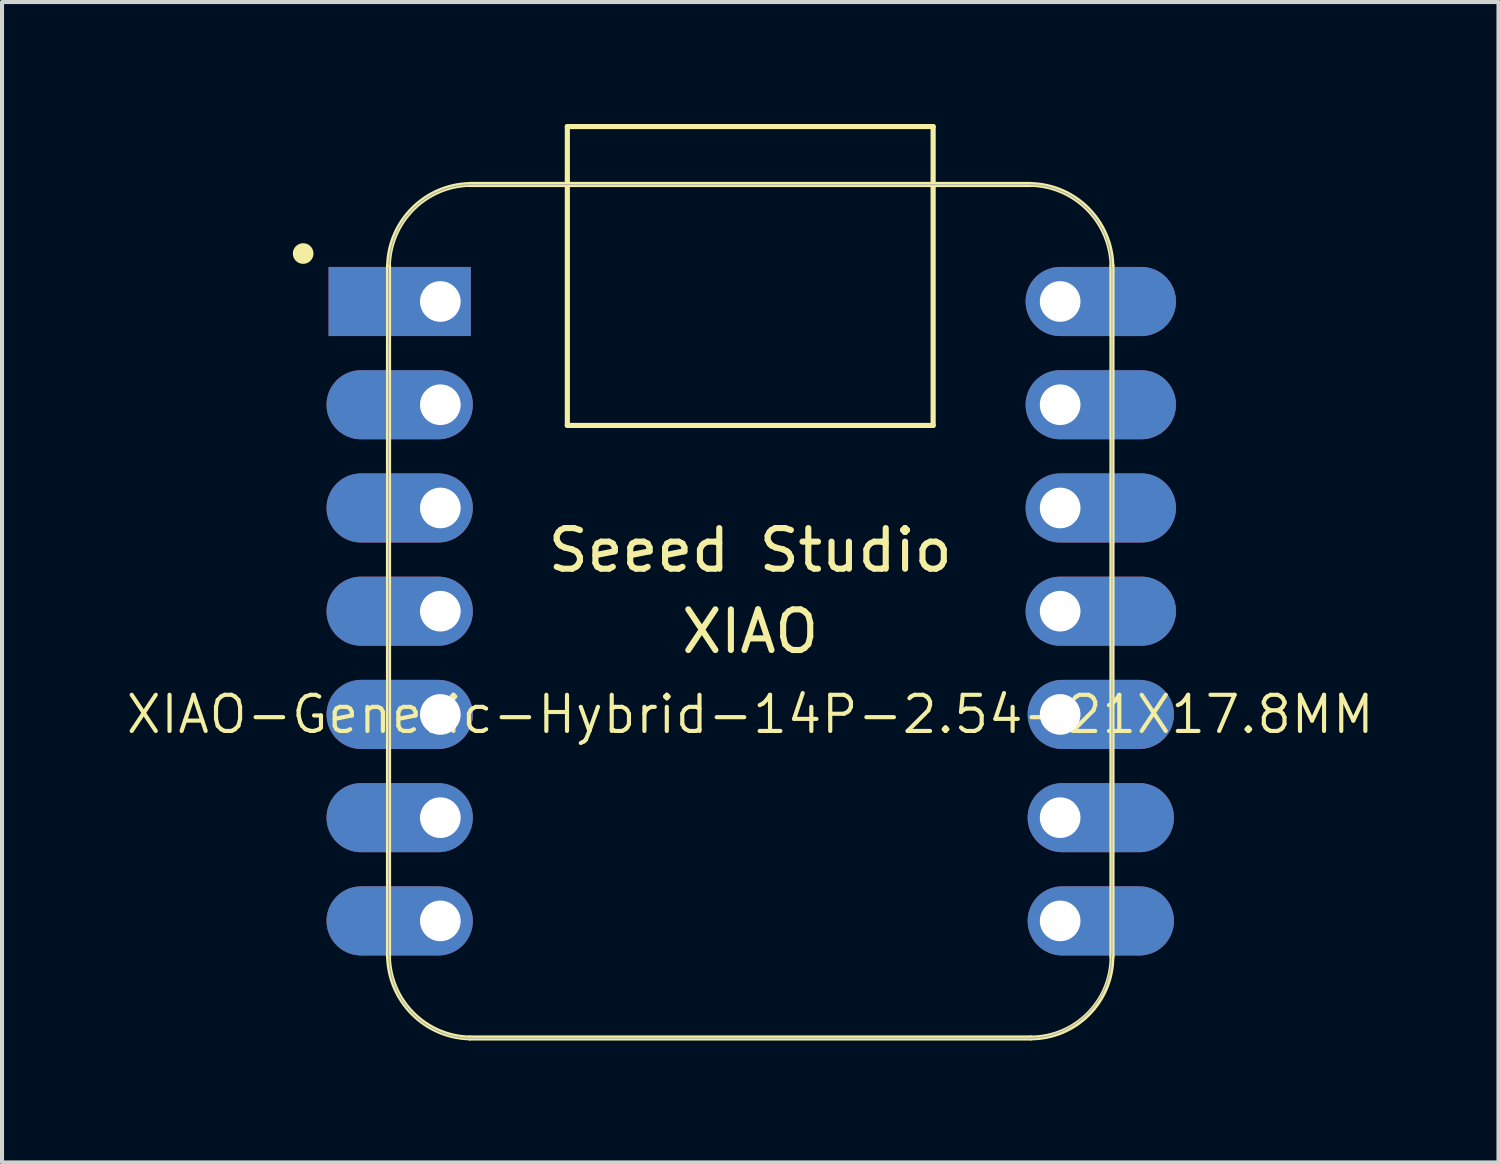
<source format=kicad_pcb>
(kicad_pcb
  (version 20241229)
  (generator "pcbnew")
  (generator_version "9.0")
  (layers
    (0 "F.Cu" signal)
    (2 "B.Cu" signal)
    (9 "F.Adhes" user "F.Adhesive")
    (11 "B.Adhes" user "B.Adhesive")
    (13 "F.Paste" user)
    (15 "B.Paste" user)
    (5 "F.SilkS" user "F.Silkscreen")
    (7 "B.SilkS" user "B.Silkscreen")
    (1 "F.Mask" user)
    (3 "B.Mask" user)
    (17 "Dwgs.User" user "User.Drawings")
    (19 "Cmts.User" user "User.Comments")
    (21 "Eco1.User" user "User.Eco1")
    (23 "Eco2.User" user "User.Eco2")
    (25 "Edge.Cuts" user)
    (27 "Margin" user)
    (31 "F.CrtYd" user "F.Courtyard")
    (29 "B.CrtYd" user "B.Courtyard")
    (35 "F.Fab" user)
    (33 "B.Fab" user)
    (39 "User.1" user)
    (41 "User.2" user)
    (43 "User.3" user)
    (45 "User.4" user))
  (footprint "XIAO-Generic-Hybrid-14P-2.54-21X17.8MM"
    (layer "F.Cu")
    (at 15.409 11.988)
    (property "Reference" "XIAO-Generic-Hybrid-14P-2.54-21X17.8MM" (at 0 2.54 0) (layer "F.SilkS") (effects (font (size 0.889 0.889) (thickness 0.102))))
    (attr smd)
    (fp_line (start -8.9 -8.5) (end -8.9 8.5) (stroke (width 0.127) (type solid)) (layer "F.SilkS"))
    (fp_line (start -6.9 10.5) (end 6.9 10.5) (stroke (width 0.127) (type solid)) (layer "F.SilkS"))
    (fp_line (start -4.5 -11.924) (end 4.5 -11.924) (stroke (width 0.127) (type solid)) (layer "F.SilkS"))
    (fp_line (start -4.5 -4.571) (end -4.5 -11.924) (stroke (width 0.127) (type solid)) (layer "F.SilkS"))
    (fp_line (start 4.5 -11.924) (end 4.5 -4.571) (stroke (width 0.127) (type solid)) (layer "F.SilkS"))
    (fp_line (start 4.5 -4.571) (end -4.5 -4.571) (stroke (width 0.127) (type solid)) (layer "F.SilkS"))
    (fp_line (start 6.9 -10.499) (end -6.9 -10.499) (stroke (width 0.127) (type solid)) (layer "F.SilkS"))
    (fp_line (start 8.9 8.5) (end 8.9 -8.5) (stroke (width 0.127) (type solid)) (layer "F.SilkS"))
    (fp_arc (start -8.9 -8.5) (mid -8.301491 -9.901491) (end -6.9 -10.5) (stroke (width 0.12) (type solid)) (layer "F.SilkS"))
    (fp_arc (start -6.9 10.5) (mid -8.301423 9.901423) (end -8.9 8.5) (stroke (width 0.12) (type solid)) (layer "F.SilkS"))
    (fp_arc (start 6.9 -10.5) (mid 8.301491 -9.901491) (end 8.9 -8.5) (stroke (width 0.12) (type solid)) (layer "F.SilkS"))
    (fp_arc (start 8.9 8.5) (mid 8.314214 9.914214) (end 6.9 10.5) (stroke (width 0.12) (type solid)) (layer "F.SilkS"))
    (fp_circle (center -11 -8.8) (end -11 -9.054) (stroke (width 0) (type solid)) (fill yes) (layer "F.SilkS"))
    (fp_poly (pts (xy -8.888 -8.562) (xy -8.885 -8.61) (xy -8.881 -8.659)) (stroke (width 0.025) (type solid)) (fill no) (layer "F.SilkS"))
    (fp_poly (pts (xy 8.889 8.522) (xy 8.888 8.571) (xy 8.885 8.62) (xy 8.881 8.669) (xy 8.875 8.717) (xy 8.869 8.766) (xy 8.861 8.815) (xy 8.852 8.863) (xy 8.842 8.911)) (stroke (width 0.025) (type solid)) (fill no) (layer "F.SilkS"))
    (fp_line (start -8.9 -8.463) (end -8.9 8.473) (stroke (width 0.025) (type solid)) (layer "F.Fab"))
    (fp_line (start -8.89 8.473) (end -8.889 8.522) (stroke (width 0.025) (type solid)) (layer "F.Fab"))
    (fp_line (start -8.889 8.522) (end -8.888 8.571) (stroke (width 0.025) (type solid)) (layer "F.Fab"))
    (fp_line (start -8.888 -8.562) (end -8.889 -8.512) (stroke (width 0.025) (type solid)) (layer "F.Fab"))
    (fp_line (start -8.888 8.571) (end -8.885 8.62) (stroke (width 0.025) (type solid)) (layer "F.Fab"))
    (fp_line (start -8.885 -8.61) (end -8.888 -8.562) (stroke (width 0.025) (type solid)) (layer "F.Fab"))
    (fp_line (start -8.885 8.62) (end -8.881 8.669) (stroke (width 0.025) (type solid)) (layer "F.Fab"))
    (fp_line (start -8.881 -8.659) (end -8.885 -8.61) (stroke (width 0.025) (type solid)) (layer "F.Fab"))
    (fp_line (start -8.881 8.669) (end -8.875 8.717) (stroke (width 0.025) (type solid)) (layer "F.Fab"))
    (fp_line (start -8.875 -8.708) (end -8.881 -8.659) (stroke (width 0.025) (type solid)) (layer "F.Fab"))
    (fp_line (start -8.875 8.717) (end -8.869 8.766) (stroke (width 0.025) (type solid)) (layer "F.Fab"))
    (fp_line (start -8.869 -8.757) (end -8.875 -8.708) (stroke (width 0.025) (type solid)) (layer "F.Fab"))
    (fp_line (start -8.869 8.766) (end -8.861 8.815) (stroke (width 0.025) (type solid)) (layer "F.Fab"))
    (fp_line (start -8.861 -8.806) (end -8.869 -8.757) (stroke (width 0.025) (type solid)) (layer "F.Fab"))
    (fp_line (start -8.861 8.815) (end -8.852 8.863) (stroke (width 0.025) (type solid)) (layer "F.Fab"))
    (fp_line (start -8.852 -8.854) (end -8.861 -8.806) (stroke (width 0.025) (type solid)) (layer "F.Fab"))
    (fp_line (start -8.852 8.863) (end -8.842 8.911) (stroke (width 0.025) (type solid)) (layer "F.Fab"))
    (fp_line (start -8.842 -8.902) (end -8.852 -8.854) (stroke (width 0.025) (type solid)) (layer "F.Fab"))
    (fp_line (start -8.842 8.911) (end -8.831 8.959) (stroke (width 0.025) (type solid)) (layer "F.Fab"))
    (fp_line (start -8.831 -8.95) (end -8.842 -8.902) (stroke (width 0.025) (type solid)) (layer "F.Fab"))
    (fp_line (start -8.831 8.959) (end -8.819 9.006) (stroke (width 0.025) (type solid)) (layer "F.Fab"))
    (fp_line (start -8.819 -8.997) (end -8.831 -8.95) (stroke (width 0.025) (type solid)) (layer "F.Fab"))
    (fp_line (start -8.819 9.006) (end -8.805 9.054) (stroke (width 0.025) (type solid)) (layer "F.Fab"))
    (fp_line (start -8.805 -9.045) (end -8.819 -8.997) (stroke (width 0.025) (type solid)) (layer "F.Fab"))
    (fp_line (start -8.805 9.054) (end -8.79 9.1) (stroke (width 0.025) (type solid)) (layer "F.Fab"))
    (fp_line (start -8.79 -9.091) (end -8.805 -9.045) (stroke (width 0.025) (type solid)) (layer "F.Fab"))
    (fp_line (start -8.79 9.1) (end -8.775 9.147) (stroke (width 0.025) (type solid)) (layer "F.Fab"))
    (fp_line (start -8.775 -9.138) (end -8.79 -9.091) (stroke (width 0.025) (type solid)) (layer "F.Fab"))
    (fp_line (start -8.775 9.147) (end -8.758 9.193) (stroke (width 0.025) (type solid)) (layer "F.Fab"))
    (fp_line (start -8.758 -9.184) (end -8.775 -9.138) (stroke (width 0.025) (type solid)) (layer "F.Fab"))
    (fp_line (start -8.758 9.193) (end -8.74 9.239) (stroke (width 0.025) (type solid)) (layer "F.Fab"))
    (fp_line (start -8.74 -9.23) (end -8.758 -9.184) (stroke (width 0.025) (type solid)) (layer "F.Fab"))
    (fp_line (start -8.74 9.239) (end -8.721 9.284) (stroke (width 0.025) (type solid)) (layer "F.Fab"))
    (fp_line (start -8.721 -9.275) (end -8.74 -9.23) (stroke (width 0.025) (type solid)) (layer "F.Fab"))
    (fp_line (start -8.721 9.284) (end -8.701 9.329) (stroke (width 0.025) (type solid)) (layer "F.Fab"))
    (fp_line (start -8.701 -9.32) (end -8.721 -9.275) (stroke (width 0.025) (type solid)) (layer "F.Fab"))
    (fp_line (start -8.701 9.329) (end -8.679 9.373) (stroke (width 0.025) (type solid)) (layer "F.Fab"))
    (fp_line (start -8.679 -9.364) (end -8.701 -9.32) (stroke (width 0.025) (type solid)) (layer "F.Fab"))
    (fp_line (start -8.679 9.373) (end -8.657 9.417) (stroke (width 0.025) (type solid)) (layer "F.Fab"))
    (fp_line (start -8.657 -9.408) (end -8.679 -9.364) (stroke (width 0.025) (type solid)) (layer "F.Fab"))
    (fp_line (start -8.657 9.417) (end -8.634 9.46) (stroke (width 0.025) (type solid)) (layer "F.Fab"))
    (fp_line (start -8.634 -9.451) (end -8.657 -9.408) (stroke (width 0.025) (type solid)) (layer "F.Fab"))
    (fp_line (start -8.634 9.46) (end -8.61 9.503) (stroke (width 0.025) (type solid)) (layer "F.Fab"))
    (fp_line (start -8.61 -9.494) (end -8.634 -9.451) (stroke (width 0.025) (type solid)) (layer "F.Fab"))
    (fp_line (start -8.61 9.503) (end -8.584 9.545) (stroke (width 0.025) (type solid)) (layer "F.Fab"))
    (fp_line (start -8.584 -9.536) (end -8.61 -9.494) (stroke (width 0.025) (type solid)) (layer "F.Fab"))
    (fp_line (start -8.584 9.545) (end -8.558 9.586) (stroke (width 0.025) (type solid)) (layer "F.Fab"))
    (fp_line (start -8.558 -9.577) (end -8.584 -9.536) (stroke (width 0.025) (type solid)) (layer "F.Fab"))
    (fp_line (start -8.558 9.586) (end -8.53 9.627) (stroke (width 0.025) (type solid)) (layer "F.Fab"))
    (fp_line (start -8.53 -9.618) (end -8.558 -9.577) (stroke (width 0.025) (type solid)) (layer "F.Fab"))
    (fp_line (start -8.53 9.627) (end -8.502 9.667) (stroke (width 0.025) (type solid)) (layer "F.Fab"))
    (fp_line (start -8.502 -9.658) (end -8.53 -9.618) (stroke (width 0.025) (type solid)) (layer "F.Fab"))
    (fp_line (start -8.502 9.667) (end -8.473 9.706) (stroke (width 0.025) (type solid)) (layer "F.Fab"))
    (fp_line (start -8.473 -9.697) (end -8.502 -9.658) (stroke (width 0.025) (type solid)) (layer "F.Fab"))
    (fp_line (start -8.473 9.706) (end -8.442 9.745) (stroke (width 0.025) (type solid)) (layer "F.Fab"))
    (fp_line (start -8.442 -9.736) (end -8.473 -9.697) (stroke (width 0.025) (type solid)) (layer "F.Fab"))
    (fp_line (start -8.442 9.745) (end -8.411 9.783) (stroke (width 0.025) (type solid)) (layer "F.Fab"))
    (fp_line (start -8.411 -9.774) (end -8.442 -9.736) (stroke (width 0.025) (type solid)) (layer "F.Fab"))
    (fp_line (start -8.411 9.783) (end -8.379 9.82) (stroke (width 0.025) (type solid)) (layer "F.Fab"))
    (fp_line (start -8.379 -9.811) (end -8.411 -9.774) (stroke (width 0.025) (type solid)) (layer "F.Fab"))
    (fp_line (start -8.379 9.82) (end -8.346 9.856) (stroke (width 0.025) (type solid)) (layer "F.Fab"))
    (fp_line (start -8.346 -9.847) (end -8.379 -9.811) (stroke (width 0.025) (type solid)) (layer "F.Fab"))
    (fp_line (start -8.346 9.856) (end -8.312 9.892) (stroke (width 0.025) (type solid)) (layer "F.Fab"))
    (fp_line (start -8.312 -9.883) (end -8.346 -9.847) (stroke (width 0.025) (type solid)) (layer "F.Fab"))
    (fp_line (start -8.312 9.892) (end -8.277 9.927) (stroke (width 0.025) (type solid)) (layer "F.Fab"))
    (fp_line (start -8.277 -9.918) (end -8.312 -9.883) (stroke (width 0.025) (type solid)) (layer "F.Fab"))
    (fp_line (start -8.277 9.927) (end -8.242 9.96) (stroke (width 0.025) (type solid)) (layer "F.Fab"))
    (fp_line (start -8.242 -9.951) (end -8.277 -9.918) (stroke (width 0.025) (type solid)) (layer "F.Fab"))
    (fp_line (start -8.242 9.96) (end -8.205 9.994) (stroke (width 0.025) (type solid)) (layer "F.Fab"))
    (fp_line (start -8.205 -9.984) (end -8.242 -9.951) (stroke (width 0.025) (type solid)) (layer "F.Fab"))
    (fp_line (start -8.205 9.994) (end -8.168 10.026) (stroke (width 0.025) (type solid)) (layer "F.Fab"))
    (fp_line (start -8.168 -10.017) (end -8.205 -9.984) (stroke (width 0.025) (type solid)) (layer "F.Fab"))
    (fp_line (start -8.168 10.026) (end -8.13 10.057) (stroke (width 0.025) (type solid)) (layer "F.Fab"))
    (fp_line (start -8.13 -10.048) (end -8.168 -10.017) (stroke (width 0.025) (type solid)) (layer "F.Fab"))
    (fp_line (start -8.13 10.057) (end -8.092 10.087) (stroke (width 0.025) (type solid)) (layer "F.Fab"))
    (fp_line (start -8.092 -10.078) (end -8.13 -10.048) (stroke (width 0.025) (type solid)) (layer "F.Fab"))
    (fp_line (start -8.092 10.087) (end -8.052 10.116) (stroke (width 0.025) (type solid)) (layer "F.Fab"))
    (fp_line (start -8.052 -10.107) (end -8.092 -10.078) (stroke (width 0.025) (type solid)) (layer "F.Fab"))
    (fp_line (start -8.052 10.116) (end -8.012 10.145) (stroke (width 0.025) (type solid)) (layer "F.Fab"))
    (fp_line (start -8.012 -10.136) (end -8.052 -10.107) (stroke (width 0.025) (type solid)) (layer "F.Fab"))
    (fp_line (start -8.012 10.145) (end -7.972 10.172) (stroke (width 0.025) (type solid)) (layer "F.Fab"))
    (fp_line (start -7.972 -10.163) (end -8.012 -10.136) (stroke (width 0.025) (type solid)) (layer "F.Fab"))
    (fp_line (start -7.972 10.172) (end -7.93 10.199) (stroke (width 0.025) (type solid)) (layer "F.Fab"))
    (fp_line (start -7.93 -10.19) (end -7.972 -10.163) (stroke (width 0.025) (type solid)) (layer "F.Fab"))
    (fp_line (start -7.93 10.199) (end -7.888 10.224) (stroke (width 0.025) (type solid)) (layer "F.Fab"))
    (fp_line (start -7.888 -10.215) (end -7.93 -10.19) (stroke (width 0.025) (type solid)) (layer "F.Fab"))
    (fp_line (start -7.888 10.224) (end -7.846 10.249) (stroke (width 0.025) (type solid)) (layer "F.Fab"))
    (fp_line (start -7.846 -10.239) (end -7.888 -10.215) (stroke (width 0.025) (type solid)) (layer "F.Fab"))
    (fp_line (start -7.846 10.249) (end -7.802 10.272) (stroke (width 0.025) (type solid)) (layer "F.Fab"))
    (fp_line (start -7.802 -10.263) (end -7.846 -10.239) (stroke (width 0.025) (type solid)) (layer "F.Fab"))
    (fp_line (start -7.802 10.272) (end -7.759 10.294) (stroke (width 0.025) (type solid)) (layer "F.Fab"))
    (fp_line (start -7.759 -10.285) (end -7.802 -10.263) (stroke (width 0.025) (type solid)) (layer "F.Fab"))
    (fp_line (start -7.759 10.294) (end -7.714 10.315) (stroke (width 0.025) (type solid)) (layer "F.Fab"))
    (fp_line (start -7.714 -10.306) (end -7.759 -10.285) (stroke (width 0.025) (type solid)) (layer "F.Fab"))
    (fp_line (start -7.714 10.315) (end -7.67 10.335) (stroke (width 0.025) (type solid)) (layer "F.Fab"))
    (fp_line (start -7.67 -10.326) (end -7.714 -10.306) (stroke (width 0.025) (type solid)) (layer "F.Fab"))
    (fp_line (start -7.67 10.335) (end -7.624 10.354) (stroke (width 0.025) (type solid)) (layer "F.Fab"))
    (fp_line (start -7.624 -10.345) (end -7.67 -10.326) (stroke (width 0.025) (type solid)) (layer "F.Fab"))
    (fp_line (start -7.624 10.354) (end -7.579 10.372) (stroke (width 0.025) (type solid)) (layer "F.Fab"))
    (fp_line (start -7.579 -10.363) (end -7.624 -10.345) (stroke (width 0.025) (type solid)) (layer "F.Fab"))
    (fp_line (start -7.579 10.372) (end -7.532 10.389) (stroke (width 0.025) (type solid)) (layer "F.Fab"))
    (fp_line (start -7.532 -10.38) (end -7.579 -10.363) (stroke (width 0.025) (type solid)) (layer "F.Fab"))
    (fp_line (start -7.532 10.389) (end -7.486 10.405) (stroke (width 0.025) (type solid)) (layer "F.Fab"))
    (fp_line (start -7.486 -10.396) (end -7.532 -10.38) (stroke (width 0.025) (type solid)) (layer "F.Fab"))
    (fp_line (start -7.486 10.405) (end -7.439 10.42) (stroke (width 0.025) (type solid)) (layer "F.Fab"))
    (fp_line (start -7.439 -10.411) (end -7.486 -10.396) (stroke (width 0.025) (type solid)) (layer "F.Fab"))
    (fp_line (start -7.439 10.42) (end -7.392 10.433) (stroke (width 0.025) (type solid)) (layer "F.Fab"))
    (fp_line (start -7.392 -10.424) (end -7.439 -10.411) (stroke (width 0.025) (type solid)) (layer "F.Fab"))
    (fp_line (start -7.392 10.433) (end -7.344 10.446) (stroke (width 0.025) (type solid)) (layer "F.Fab"))
    (fp_line (start -7.344 -10.436) (end -7.392 -10.424) (stroke (width 0.025) (type solid)) (layer "F.Fab"))
    (fp_line (start -7.344 10.446) (end -7.296 10.457) (stroke (width 0.025) (type solid)) (layer "F.Fab"))
    (fp_line (start -7.296 -10.448) (end -7.344 -10.436) (stroke (width 0.025) (type solid)) (layer "F.Fab"))
    (fp_line (start -7.296 10.457) (end -7.248 10.467) (stroke (width 0.025) (type solid)) (layer "F.Fab"))
    (fp_line (start -7.248 -10.458) (end -7.296 -10.448) (stroke (width 0.025) (type solid)) (layer "F.Fab"))
    (fp_line (start -7.248 10.467) (end -7.2 10.476) (stroke (width 0.025) (type solid)) (layer "F.Fab"))
    (fp_line (start -7.2 -10.466) (end -7.248 -10.458) (stroke (width 0.025) (type solid)) (layer "F.Fab"))
    (fp_line (start -7.2 10.476) (end -7.152 10.483) (stroke (width 0.025) (type solid)) (layer "F.Fab"))
    (fp_line (start -7.152 -10.474) (end -7.2 -10.466) (stroke (width 0.025) (type solid)) (layer "F.Fab"))
    (fp_line (start -7.152 10.483) (end -7.103 10.49) (stroke (width 0.025) (type solid)) (layer "F.Fab"))
    (fp_line (start -7.103 -10.481) (end -7.152 -10.474) (stroke (width 0.025) (type solid)) (layer "F.Fab"))
    (fp_line (start -7.103 10.49) (end -7.054 10.495) (stroke (width 0.025) (type solid)) (layer "F.Fab"))
    (fp_line (start -7.054 -10.486) (end -7.103 -10.481) (stroke (width 0.025) (type solid)) (layer "F.Fab"))
    (fp_line (start -7.054 10.495) (end -7.005 10.499) (stroke (width 0.025) (type solid)) (layer "F.Fab"))
    (fp_line (start -7.005 -10.49) (end -7.054 -10.486) (stroke (width 0.025) (type solid)) (layer "F.Fab"))
    (fp_line (start -7.005 10.499) (end -6.956 10.502) (stroke (width 0.025) (type solid)) (layer "F.Fab"))
    (fp_line (start -6.956 -10.493) (end -7.005 -10.49) (stroke (width 0.025) (type solid)) (layer "F.Fab"))
    (fp_line (start -6.956 10.502) (end -6.907 10.504) (stroke (width 0.025) (type solid)) (layer "F.Fab"))
    (fp_line (start -6.907 -10.495) (end -6.956 -10.493) (stroke (width 0.025) (type solid)) (layer "F.Fab"))
    (fp_line (start -6.907 10.504) (end -6.858 10.505) (stroke (width 0.025) (type solid)) (layer "F.Fab"))
    (fp_line (start -6.858 -10.495) (end -6.907 -10.495) (stroke (width 0.025) (type solid)) (layer "F.Fab"))
    (fp_line (start -6.858 10.505) (end 6.858 10.505) (stroke (width 0.025) (type solid)) (layer "F.Fab"))
    (fp_line (start 6.858 -10.495) (end -6.858 -10.495) (stroke (width 0.025) (type solid)) (layer "F.Fab"))
    (fp_line (start 6.858 10.505) (end 6.907 10.504) (stroke (width 0.025) (type solid)) (layer "F.Fab"))
    (fp_line (start 6.907 -10.495) (end 6.858 -10.495) (stroke (width 0.025) (type solid)) (layer "F.Fab"))
    (fp_line (start 6.907 10.504) (end 6.956 10.502) (stroke (width 0.025) (type solid)) (layer "F.Fab"))
    (fp_line (start 6.956 -10.493) (end 6.907 -10.495) (stroke (width 0.025) (type solid)) (layer "F.Fab"))
    (fp_line (start 6.956 10.502) (end 7.005 10.499) (stroke (width 0.025) (type solid)) (layer "F.Fab"))
    (fp_line (start 7.005 -10.49) (end 6.956 -10.493) (stroke (width 0.025) (type solid)) (layer "F.Fab"))
    (fp_line (start 7.005 10.499) (end 7.054 10.495) (stroke (width 0.025) (type solid)) (layer "F.Fab"))
    (fp_line (start 7.054 -10.486) (end 7.005 -10.49) (stroke (width 0.025) (type solid)) (layer "F.Fab"))
    (fp_line (start 7.054 10.495) (end 7.103 10.49) (stroke (width 0.025) (type solid)) (layer "F.Fab"))
    (fp_line (start 7.103 -10.481) (end 7.054 -10.486) (stroke (width 0.025) (type solid)) (layer "F.Fab"))
    (fp_line (start 7.103 10.49) (end 7.152 10.483) (stroke (width 0.025) (type solid)) (layer "F.Fab"))
    (fp_line (start 7.152 -10.474) (end 7.103 -10.481) (stroke (width 0.025) (type solid)) (layer "F.Fab"))
    (fp_line (start 7.152 10.483) (end 7.2 10.476) (stroke (width 0.025) (type solid)) (layer "F.Fab"))
    (fp_line (start 7.2 -10.466) (end 7.152 -10.474) (stroke (width 0.025) (type solid)) (layer "F.Fab"))
    (fp_line (start 7.2 10.476) (end 7.248 10.467) (stroke (width 0.025) (type solid)) (layer "F.Fab"))
    (fp_line (start 7.248 -10.458) (end 7.2 -10.466) (stroke (width 0.025) (type solid)) (layer "F.Fab"))
    (fp_line (start 7.248 10.467) (end 7.296 10.457) (stroke (width 0.025) (type solid)) (layer "F.Fab"))
    (fp_line (start 7.296 -10.448) (end 7.248 -10.458) (stroke (width 0.025) (type solid)) (layer "F.Fab"))
    (fp_line (start 7.296 10.457) (end 7.344 10.446) (stroke (width 0.025) (type solid)) (layer "F.Fab"))
    (fp_line (start 7.344 -10.436) (end 7.296 -10.448) (stroke (width 0.025) (type solid)) (layer "F.Fab"))
    (fp_line (start 7.344 10.446) (end 7.392 10.433) (stroke (width 0.025) (type solid)) (layer "F.Fab"))
    (fp_line (start 7.392 -10.424) (end 7.344 -10.436) (stroke (width 0.025) (type solid)) (layer "F.Fab"))
    (fp_line (start 7.392 10.433) (end 7.439 10.42) (stroke (width 0.025) (type solid)) (layer "F.Fab"))
    (fp_line (start 7.439 -10.411) (end 7.392 -10.424) (stroke (width 0.025) (type solid)) (layer "F.Fab"))
    (fp_line (start 7.439 10.42) (end 7.486 10.405) (stroke (width 0.025) (type solid)) (layer "F.Fab"))
    (fp_line (start 7.486 -10.396) (end 7.439 -10.411) (stroke (width 0.025) (type solid)) (layer "F.Fab"))
    (fp_line (start 7.486 10.405) (end 7.532 10.389) (stroke (width 0.025) (type solid)) (layer "F.Fab"))
    (fp_line (start 7.532 -10.38) (end 7.486 -10.396) (stroke (width 0.025) (type solid)) (layer "F.Fab"))
    (fp_line (start 7.532 10.389) (end 7.579 10.372) (stroke (width 0.025) (type solid)) (layer "F.Fab"))
    (fp_line (start 7.579 -10.363) (end 7.532 -10.38) (stroke (width 0.025) (type solid)) (layer "F.Fab"))
    (fp_line (start 7.579 10.372) (end 7.624 10.354) (stroke (width 0.025) (type solid)) (layer "F.Fab"))
    (fp_line (start 7.624 -10.345) (end 7.579 -10.363) (stroke (width 0.025) (type solid)) (layer "F.Fab"))
    (fp_line (start 7.624 10.354) (end 7.67 10.335) (stroke (width 0.025) (type solid)) (layer "F.Fab"))
    (fp_line (start 7.67 -10.326) (end 7.624 -10.345) (stroke (width 0.025) (type solid)) (layer "F.Fab"))
    (fp_line (start 7.67 10.335) (end 7.714 10.315) (stroke (width 0.025) (type solid)) (layer "F.Fab"))
    (fp_line (start 7.714 -10.306) (end 7.67 -10.326) (stroke (width 0.025) (type solid)) (layer "F.Fab"))
    (fp_line (start 7.714 10.315) (end 7.759 10.294) (stroke (width 0.025) (type solid)) (layer "F.Fab"))
    (fp_line (start 7.759 -10.285) (end 7.714 -10.306) (stroke (width 0.025) (type solid)) (layer "F.Fab"))
    (fp_line (start 7.759 10.294) (end 7.802 10.272) (stroke (width 0.025) (type solid)) (layer "F.Fab"))
    (fp_line (start 7.802 -10.263) (end 7.759 -10.285) (stroke (width 0.025) (type solid)) (layer "F.Fab"))
    (fp_line (start 7.802 10.272) (end 7.846 10.249) (stroke (width 0.025) (type solid)) (layer "F.Fab"))
    (fp_line (start 7.846 -10.239) (end 7.802 -10.263) (stroke (width 0.025) (type solid)) (layer "F.Fab"))
    (fp_line (start 7.846 10.249) (end 7.888 10.224) (stroke (width 0.025) (type solid)) (layer "F.Fab"))
    (fp_line (start 7.888 -10.215) (end 7.846 -10.239) (stroke (width 0.025) (type solid)) (layer "F.Fab"))
    (fp_line (start 7.888 10.224) (end 7.93 10.199) (stroke (width 0.025) (type solid)) (layer "F.Fab"))
    (fp_line (start 7.93 -10.19) (end 7.888 -10.215) (stroke (width 0.025) (type solid)) (layer "F.Fab"))
    (fp_line (start 7.93 10.199) (end 7.972 10.172) (stroke (width 0.025) (type solid)) (layer "F.Fab"))
    (fp_line (start 7.972 -10.163) (end 7.93 -10.19) (stroke (width 0.025) (type solid)) (layer "F.Fab"))
    (fp_line (start 7.972 10.172) (end 8.012 10.145) (stroke (width 0.025) (type solid)) (layer "F.Fab"))
    (fp_line (start 8.012 -10.136) (end 7.972 -10.163) (stroke (width 0.025) (type solid)) (layer "F.Fab"))
    (fp_line (start 8.012 10.145) (end 8.052 10.116) (stroke (width 0.025) (type solid)) (layer "F.Fab"))
    (fp_line (start 8.052 -10.107) (end 8.012 -10.136) (stroke (width 0.025) (type solid)) (layer "F.Fab"))
    (fp_line (start 8.052 10.116) (end 8.092 10.087) (stroke (width 0.025) (type solid)) (layer "F.Fab"))
    (fp_line (start 8.092 -10.078) (end 8.052 -10.107) (stroke (width 0.025) (type solid)) (layer "F.Fab"))
    (fp_line (start 8.092 10.087) (end 8.13 10.057) (stroke (width 0.025) (type solid)) (layer "F.Fab"))
    (fp_line (start 8.13 -10.048) (end 8.092 -10.078) (stroke (width 0.025) (type solid)) (layer "F.Fab"))
    (fp_line (start 8.13 10.057) (end 8.168 10.026) (stroke (width 0.025) (type solid)) (layer "F.Fab"))
    (fp_line (start 8.168 -10.017) (end 8.13 -10.048) (stroke (width 0.025) (type solid)) (layer "F.Fab"))
    (fp_line (start 8.168 10.026) (end 8.205 9.994) (stroke (width 0.025) (type solid)) (layer "F.Fab"))
    (fp_line (start 8.205 -9.984) (end 8.168 -10.017) (stroke (width 0.025) (type solid)) (layer "F.Fab"))
    (fp_line (start 8.205 9.994) (end 8.242 9.96) (stroke (width 0.025) (type solid)) (layer "F.Fab"))
    (fp_line (start 8.242 -9.951) (end 8.205 -9.984) (stroke (width 0.025) (type solid)) (layer "F.Fab"))
    (fp_line (start 8.242 9.96) (end 8.277 9.927) (stroke (width 0.025) (type solid)) (layer "F.Fab"))
    (fp_line (start 8.277 -9.918) (end 8.242 -9.951) (stroke (width 0.025) (type solid)) (layer "F.Fab"))
    (fp_line (start 8.277 9.927) (end 8.312 9.892) (stroke (width 0.025) (type solid)) (layer "F.Fab"))
    (fp_line (start 8.312 -9.883) (end 8.277 -9.918) (stroke (width 0.025) (type solid)) (layer "F.Fab"))
    (fp_line (start 8.312 9.892) (end 8.346 9.856) (stroke (width 0.025) (type solid)) (layer "F.Fab"))
    (fp_line (start 8.346 -9.847) (end 8.312 -9.883) (stroke (width 0.025) (type solid)) (layer "F.Fab"))
    (fp_line (start 8.346 9.856) (end 8.379 9.82) (stroke (width 0.025) (type solid)) (layer "F.Fab"))
    (fp_line (start 8.379 -9.811) (end 8.346 -9.847) (stroke (width 0.025) (type solid)) (layer "F.Fab"))
    (fp_line (start 8.379 9.82) (end 8.411 9.783) (stroke (width 0.025) (type solid)) (layer "F.Fab"))
    (fp_line (start 8.411 -9.774) (end 8.379 -9.811) (stroke (width 0.025) (type solid)) (layer "F.Fab"))
    (fp_line (start 8.411 9.783) (end 8.442 9.745) (stroke (width 0.025) (type solid)) (layer "F.Fab"))
    (fp_line (start 8.442 -9.736) (end 8.411 -9.774) (stroke (width 0.025) (type solid)) (layer "F.Fab"))
    (fp_line (start 8.442 9.745) (end 8.473 9.706) (stroke (width 0.025) (type solid)) (layer "F.Fab"))
    (fp_line (start 8.473 -9.697) (end 8.442 -9.736) (stroke (width 0.025) (type solid)) (layer "F.Fab"))
    (fp_line (start 8.473 9.706) (end 8.502 9.667) (stroke (width 0.025) (type solid)) (layer "F.Fab"))
    (fp_line (start 8.502 -9.658) (end 8.473 -9.697) (stroke (width 0.025) (type solid)) (layer "F.Fab"))
    (fp_line (start 8.502 9.667) (end 8.53 9.627) (stroke (width 0.025) (type solid)) (layer "F.Fab"))
    (fp_line (start 8.53 -9.618) (end 8.502 -9.658) (stroke (width 0.025) (type solid)) (layer "F.Fab"))
    (fp_line (start 8.53 9.627) (end 8.558 9.586) (stroke (width 0.025) (type solid)) (layer "F.Fab"))
    (fp_line (start 8.558 -9.577) (end 8.53 -9.618) (stroke (width 0.025) (type solid)) (layer "F.Fab"))
    (fp_line (start 8.558 9.586) (end 8.584 9.545) (stroke (width 0.025) (type solid)) (layer "F.Fab"))
    (fp_line (start 8.584 -9.536) (end 8.558 -9.577) (stroke (width 0.025) (type solid)) (layer "F.Fab"))
    (fp_line (start 8.584 9.545) (end 8.61 9.503) (stroke (width 0.025) (type solid)) (layer "F.Fab"))
    (fp_line (start 8.61 -9.494) (end 8.584 -9.536) (stroke (width 0.025) (type solid)) (layer "F.Fab"))
    (fp_line (start 8.61 9.503) (end 8.634 9.46) (stroke (width 0.025) (type solid)) (layer "F.Fab"))
    (fp_line (start 8.634 -9.451) (end 8.61 -9.494) (stroke (width 0.025) (type solid)) (layer "F.Fab"))
    (fp_line (start 8.634 9.46) (end 8.657 9.417) (stroke (width 0.025) (type solid)) (layer "F.Fab"))
    (fp_line (start 8.657 -9.408) (end 8.634 -9.451) (stroke (width 0.025) (type solid)) (layer "F.Fab"))
    (fp_line (start 8.657 9.417) (end 8.679 9.373) (stroke (width 0.025) (type solid)) (layer "F.Fab"))
    (fp_line (start 8.679 -9.364) (end 8.657 -9.408) (stroke (width 0.025) (type solid)) (layer "F.Fab"))
    (fp_line (start 8.679 9.373) (end 8.701 9.329) (stroke (width 0.025) (type solid)) (layer "F.Fab"))
    (fp_line (start 8.701 -9.32) (end 8.679 -9.364) (stroke (width 0.025) (type solid)) (layer "F.Fab"))
    (fp_line (start 8.701 9.329) (end 8.721 9.284) (stroke (width 0.025) (type solid)) (layer "F.Fab"))
    (fp_line (start 8.721 -9.275) (end 8.701 -9.32) (stroke (width 0.025) (type solid)) (layer "F.Fab"))
    (fp_line (start 8.721 9.284) (end 8.74 9.239) (stroke (width 0.025) (type solid)) (layer "F.Fab"))
    (fp_line (start 8.74 -9.23) (end 8.721 -9.275) (stroke (width 0.025) (type solid)) (layer "F.Fab"))
    (fp_line (start 8.74 9.239) (end 8.758 9.193) (stroke (width 0.025) (type solid)) (layer "F.Fab"))
    (fp_line (start 8.758 -9.184) (end 8.74 -9.23) (stroke (width 0.025) (type solid)) (layer "F.Fab"))
    (fp_line (start 8.758 9.193) (end 8.775 9.147) (stroke (width 0.025) (type solid)) (layer "F.Fab"))
    (fp_line (start 8.775 -9.138) (end 8.758 -9.184) (stroke (width 0.025) (type solid)) (layer "F.Fab"))
    (fp_line (start 8.775 9.147) (end 8.79 9.1) (stroke (width 0.025) (type solid)) (layer "F.Fab"))
    (fp_line (start 8.79 -9.091) (end 8.775 -9.138) (stroke (width 0.025) (type solid)) (layer "F.Fab"))
    (fp_line (start 8.79 9.1) (end 8.805 9.054) (stroke (width 0.025) (type solid)) (layer "F.Fab"))
    (fp_line (start 8.805 -9.045) (end 8.79 -9.091) (stroke (width 0.025) (type solid)) (layer "F.Fab"))
    (fp_line (start 8.805 9.054) (end 8.819 9.006) (stroke (width 0.025) (type solid)) (layer "F.Fab"))
    (fp_line (start 8.819 -8.997) (end 8.805 -9.045) (stroke (width 0.025) (type solid)) (layer "F.Fab"))
    (fp_line (start 8.819 9.006) (end 8.831 8.959) (stroke (width 0.025) (type solid)) (layer "F.Fab"))
    (fp_line (start 8.831 -8.95) (end 8.819 -8.997) (stroke (width 0.025) (type solid)) (layer "F.Fab"))
    (fp_line (start 8.831 8.959) (end 8.842 8.911) (stroke (width 0.025) (type solid)) (layer "F.Fab"))
    (fp_line (start 8.842 -8.902) (end 8.831 -8.95) (stroke (width 0.025) (type solid)) (layer "F.Fab"))
    (fp_line (start 8.842 8.911) (end 8.852 8.863) (stroke (width 0.025) (type solid)) (layer "F.Fab"))
    (fp_line (start 8.852 -8.854) (end 8.842 -8.902) (stroke (width 0.025) (type solid)) (layer "F.Fab"))
    (fp_line (start 8.852 8.863) (end 8.861 8.815) (stroke (width 0.025) (type solid)) (layer "F.Fab"))
    (fp_line (start 8.861 -8.806) (end 8.852 -8.854) (stroke (width 0.025) (type solid)) (layer "F.Fab"))
    (fp_line (start 8.861 8.815) (end 8.869 8.766) (stroke (width 0.025) (type solid)) (layer "F.Fab"))
    (fp_line (start 8.869 -8.757) (end 8.861 -8.806) (stroke (width 0.025) (type solid)) (layer "F.Fab"))
    (fp_line (start 8.869 8.766) (end 8.875 8.717) (stroke (width 0.025) (type solid)) (layer "F.Fab"))
    (fp_line (start 8.875 -8.708) (end 8.869 -8.757) (stroke (width 0.025) (type solid)) (layer "F.Fab"))
    (fp_line (start 8.875 8.717) (end 8.881 8.669) (stroke (width 0.025) (type solid)) (layer "F.Fab"))
    (fp_line (start 8.881 -8.659) (end 8.875 -8.708) (stroke (width 0.025) (type solid)) (layer "F.Fab"))
    (fp_line (start 8.881 8.669) (end 8.885 8.62) (stroke (width 0.025) (type solid)) (layer "F.Fab"))
    (fp_line (start 8.885 -8.61) (end 8.881 -8.659) (stroke (width 0.025) (type solid)) (layer "F.Fab"))
    (fp_line (start 8.885 8.62) (end 8.888 8.571) (stroke (width 0.025) (type solid)) (layer "F.Fab"))
    (fp_line (start 8.888 -8.562) (end 8.885 -8.61) (stroke (width 0.025) (type solid)) (layer "F.Fab"))
    (fp_line (start 8.888 8.571) (end 8.889 8.522) (stroke (width 0.025) (type solid)) (layer "F.Fab"))
    (fp_line (start 8.889 -8.512) (end 8.888 -8.562) (stroke (width 0.025) (type solid)) (layer "F.Fab"))
    (fp_line (start 8.889 8.522) (end 8.89 8.473) (stroke (width 0.025) (type solid)) (layer "F.Fab"))
    (fp_line (start 8.89 -8.463) (end 8.889 -8.512) (stroke (width 0.025) (type solid)) (layer "F.Fab"))
    (fp_line (start 8.9 8.473) (end 8.9 -8.463) (stroke (width 0.025) (type solid)) (layer "F.Fab"))
    (fp_text user "XIAO" (at 0 0.5 0) (unlocked yes) (layer "F.SilkS") (effects (font (size 1 1) (thickness 0.15))))
    (fp_text user "Seeed Studio" (at 0 -1.5 0) (unlocked yes) (layer "F.SilkS") (effects (font (size 1 1) (thickness 0.15))))
    (pad "1" thru_hole rect (at -7.625 -7.62) (size 3.5 1.7) (drill 1 (offset -1 0)) (layers "*.Cu" "*.Mask"))
    (pad "2" thru_hole oval (at -7.625 -5.08) (size 3.6 1.7) (drill 1 (offset -1 0)) (layers "*.Cu" "*.Mask"))
    (pad "3" thru_hole oval (at -7.625 -2.54) (size 3.6 1.7) (drill 1 (offset -1 0)) (layers "*.Cu" "*.Mask"))
    (pad "4" thru_hole oval (at -7.625 0) (size 3.6 1.7) (drill 1 (offset -1 0)) (layers "*.Cu" "*.Mask"))
    (pad "5" thru_hole oval (at -7.625 2.54) (size 3.6 1.7) (drill 1 (offset -1 0)) (layers "*.Cu" "*.Mask"))
    (pad "6" thru_hole oval (at -7.625 5.08 180) (size 3.6 1.7) (drill 1 (offset 1 0)) (layers "*.Cu" "*.Mask"))
    (pad "7" thru_hole oval (at -7.625 7.62) (size 3.6 1.7) (drill 1 (offset -1 0)) (layers "*.Cu" "*.Mask"))
    (pad "8" thru_hole oval (at 7.625 7.62) (size 3.6 1.7) (drill 1 (offset 1 0)) (layers "*.Cu" "*.Mask"))
    (pad "9" thru_hole oval (at 7.625 5.08) (size 3.6 1.7) (drill 1 (offset 1 0)) (layers "*.Cu" "*.Mask"))
    (pad "10" thru_hole oval (at 7.625 2.54) (size 3.6 1.7) (drill 1 (offset 1 0)) (layers "*.Cu" "*.Mask"))
    (pad "11" thru_hole oval (at 7.625 0) (size 3.7 1.7) (drill 1 (offset 1 0)) (layers "*.Cu" "*.Mask"))
    (pad "12" thru_hole oval (at 7.625 -2.54) (size 3.7 1.7) (drill 1 (offset 1 0)) (layers "*.Cu" "*.Mask"))
    (pad "13" thru_hole oval (at 7.625 -5.08) (size 3.7 1.7) (drill 1 (offset 1 0)) (layers "*.Cu" "*.Mask"))
    (pad "14" thru_hole oval (at 7.625 -7.62) (size 3.7 1.7) (drill 1 (offset 1 0)) (layers "*.Cu" "*.Mask")))
  (gr_rect
    (start -3 -3)
    (end 33.819 25.551)
    (stroke (width 0.1) (type default))
    (fill no)
    (layer "Edge.Cuts")))
</source>
